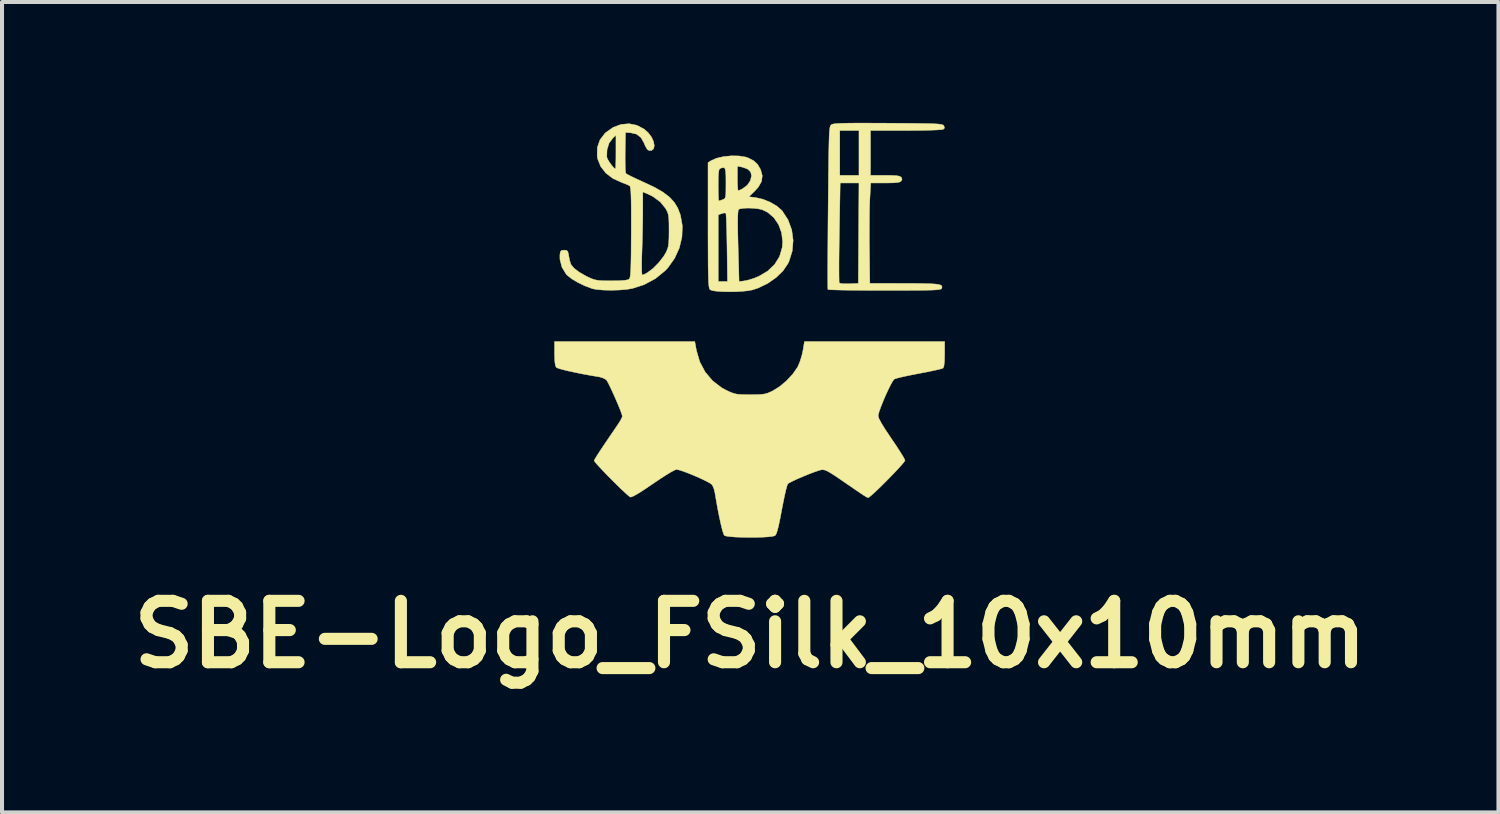
<source format=kicad_pcb>
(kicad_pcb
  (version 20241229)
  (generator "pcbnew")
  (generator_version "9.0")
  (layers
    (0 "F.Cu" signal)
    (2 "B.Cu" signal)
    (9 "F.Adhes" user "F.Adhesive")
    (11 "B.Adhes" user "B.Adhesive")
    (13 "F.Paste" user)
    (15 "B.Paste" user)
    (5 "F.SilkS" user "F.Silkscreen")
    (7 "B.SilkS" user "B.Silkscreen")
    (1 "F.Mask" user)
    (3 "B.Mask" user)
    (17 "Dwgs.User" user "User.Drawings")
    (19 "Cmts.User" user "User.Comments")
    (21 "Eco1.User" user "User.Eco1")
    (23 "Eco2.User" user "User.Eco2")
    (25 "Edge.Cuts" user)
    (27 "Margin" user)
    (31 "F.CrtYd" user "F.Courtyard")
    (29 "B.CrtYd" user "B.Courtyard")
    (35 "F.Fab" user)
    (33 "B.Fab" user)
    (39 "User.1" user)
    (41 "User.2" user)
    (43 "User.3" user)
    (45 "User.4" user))
  (footprint "SBE-Logo_FSilk_10x10mm"
    (layer "F.Cu")
    (at 15.574 5.08)
    (property "Reference" "SBE-Logo_FSilk_10x10mm" (at 0 7.62 0) (layer "F.SilkS") (effects (font (size 1.524 1.524) (thickness 0.3))))
    (attr through_hole)
    (fp_poly (pts (xy 3.025 -5.074) (xy 3.349 -5.073) (xy 3.424 -5.072) (xy 3.753 -5.07) (xy 4.024 -5.068) (xy 4.243 -5.065) (xy 4.416 -5.062) (xy 4.548 -5.058) (xy 4.646 -5.053) (xy 4.714 -5.046) (xy 4.759 -5.037) (xy 4.787 -5.027) (xy 4.802 -5.014) (xy 4.807 -5.008) (xy 4.824 -4.955) (xy 4.794 -4.921) (xy 4.75 -4.912) (xy 4.65 -4.905) (xy 4.501 -4.899) (xy 4.312 -4.894) (xy 4.089 -4.891) (xy 3.866 -4.89) (xy 2.985 -4.889) (xy 2.985 -3.778) (xy 3.346 -3.778) (xy 3.513 -3.776) (xy 3.627 -3.77) (xy 3.699 -3.757) (xy 3.739 -3.738) (xy 3.747 -3.731) (xy 3.77 -3.68) (xy 3.747 -3.635) (xy 3.714 -3.613) (xy 3.652 -3.599) (xy 3.551 -3.591) (xy 3.399 -3.588) (xy 3.349 -3.588) (xy 2.991 -3.588) (xy 2.97 -3.199) (xy 2.964 -3.057) (xy 2.96 -2.866) (xy 2.958 -2.639) (xy 2.957 -2.391) (xy 2.957 -2.135) (xy 2.959 -1.953) (xy 2.969 -1.097) (xy 3.833 -1.095) (xy 4.106 -1.094) (xy 4.322 -1.091) (xy 4.487 -1.086) (xy 4.607 -1.078) (xy 4.687 -1.066) (xy 4.736 -1.049) (xy 4.758 -1.026) (xy 4.76 -0.997) (xy 4.752 -0.971) (xy 4.742 -0.958) (xy 4.718 -0.949) (xy 4.674 -0.941) (xy 4.606 -0.934) (xy 4.508 -0.929) (xy 4.374 -0.926) (xy 4.198 -0.923) (xy 3.976 -0.922) (xy 3.703 -0.921) (xy 3.371 -0.921) (xy 3.337 -0.921) (xy 3.045 -0.921) (xy 2.774 -0.923) (xy 2.529 -0.925) (xy 2.317 -0.928) (xy 2.145 -0.932) (xy 2.019 -0.936) (xy 1.945 -0.941) (xy 1.928 -0.945) (xy 1.926 -0.98) (xy 1.925 -1.073) (xy 1.924 -1.219) (xy 1.924 -1.412) (xy 1.924 -1.415) (xy 2.203 -1.415) (xy 2.204 -1.263) (xy 2.206 -1.158) (xy 2.209 -1.109) (xy 2.21 -1.106) (xy 2.248 -1.093) (xy 2.332 -1.086) (xy 2.445 -1.086) (xy 2.455 -1.086) (xy 2.683 -1.095) (xy 2.699 -3.588) (xy 2.466 -3.588) (xy 2.233 -3.588) (xy 2.212 -2.362) (xy 2.208 -2.088) (xy 2.205 -1.835) (xy 2.203 -1.608) (xy 2.203 -1.415) (xy 1.924 -1.415) (xy 1.925 -1.647) (xy 1.926 -1.918) (xy 1.928 -2.22) (xy 1.93 -2.548) (xy 1.933 -2.895) (xy 1.934 -2.979) (xy 1.938 -3.386) (xy 1.941 -3.734) (xy 1.945 -4.029) (xy 1.948 -4.273) (xy 1.952 -4.474) (xy 1.956 -4.634) (xy 1.96 -4.759) (xy 1.965 -4.853) (xy 1.969 -4.889) (xy 2.223 -4.889) (xy 2.223 -3.778) (xy 2.699 -3.778) (xy 2.699 -4.889) (xy 2.223 -4.889) (xy 1.969 -4.889) (xy 1.972 -4.922) (xy 1.979 -4.969) (xy 1.988 -5) (xy 1.998 -5.02) (xy 2.01 -5.032) (xy 2.015 -5.035) (xy 2.039 -5.047) (xy 2.081 -5.056) (xy 2.147 -5.063) (xy 2.242 -5.068) (xy 2.372 -5.072) (xy 2.542 -5.074) (xy 2.758 -5.075) (xy 3.025 -5.074)) (stroke (width 0.01) (type solid)) (fill yes) (layer "F.SilkS"))
    (fp_poly (pts (xy -0.281 -4.259) (xy -0.114 -4.232) (xy -0.049 -4.21) (xy 0.087 -4.139) (xy 0.18 -4.053) (xy 0.253 -3.929) (xy 0.26 -3.914) (xy 0.299 -3.767) (xy 0.281 -3.627) (xy 0.202 -3.487) (xy 0.108 -3.383) (xy -0.035 -3.246) (xy 0.141 -3.224) (xy 0.315 -3.184) (xy 0.495 -3.111) (xy 0.657 -3.016) (xy 0.781 -2.91) (xy 0.794 -2.895) (xy 0.939 -2.672) (xy 1.03 -2.424) (xy 1.065 -2.164) (xy 1.044 -1.901) (xy 0.964 -1.646) (xy 0.937 -1.588) (xy 0.814 -1.407) (xy 0.642 -1.24) (xy 0.433 -1.094) (xy 0.201 -0.982) (xy 0.053 -0.933) (xy -0.059 -0.912) (xy -0.204 -0.898) (xy -0.368 -0.889) (xy -0.538 -0.887) (xy -0.699 -0.891) (xy -0.839 -0.901) (xy -0.943 -0.917) (xy -0.998 -0.939) (xy -0.998 -0.939) (xy -1.009 -0.956) (xy -1.019 -0.987) (xy -1.027 -1.035) (xy -1.033 -1.108) (xy -1.038 -1.209) (xy -1.042 -1.345) (xy -1.045 -1.52) (xy -1.046 -1.739) (xy -1.047 -2.009) (xy -1.048 -2.334) (xy -1.048 -2.542) (xy -1.048 -2.796) (xy -0.794 -2.796) (xy -0.794 -1.143) (xy -0.565 -1.143) (xy -0.576 -1.982) (xy -0.58 -2.206) (xy -0.584 -2.41) (xy -0.59 -2.583) (xy -0.594 -2.687) (xy -0.311 -2.687) (xy -0.311 -2.506) (xy -0.307 -2.268) (xy -0.301 -2.018) (xy -0.277 -1.14) (xy -0.131 -1.16) (xy -0.021 -1.185) (xy 0.111 -1.229) (xy 0.211 -1.27) (xy 0.433 -1.401) (xy 0.606 -1.567) (xy 0.728 -1.763) (xy 0.793 -1.984) (xy 0.805 -2.127) (xy 0.778 -2.351) (xy 0.704 -2.554) (xy 0.588 -2.726) (xy 0.436 -2.857) (xy 0.298 -2.924) (xy 0.201 -2.947) (xy 0.078 -2.96) (xy -0.051 -2.965) (xy -0.169 -2.96) (xy -0.256 -2.946) (xy -0.289 -2.93) (xy -0.3 -2.896) (xy -0.307 -2.816) (xy -0.311 -2.687) (xy -0.594 -2.687) (xy -0.596 -2.718) (xy -0.601 -2.807) (xy -0.607 -2.84) (xy -0.647 -2.844) (xy -0.71 -2.827) (xy -0.794 -2.796) (xy -1.048 -2.796) (xy -1.048 -3.537) (xy -0.794 -3.537) (xy -0.793 -3.387) (xy -0.79 -3.264) (xy -0.786 -3.178) (xy -0.78 -3.144) (xy -0.78 -3.143) (xy -0.743 -3.153) (xy -0.685 -3.174) (xy -0.65 -3.189) (xy -0.627 -3.21) (xy -0.613 -3.25) (xy -0.606 -3.318) (xy -0.604 -3.428) (xy -0.603 -3.587) (xy -0.604 -3.701) (xy -0.318 -3.701) (xy -0.316 -3.571) (xy -0.311 -3.469) (xy -0.305 -3.408) (xy -0.3 -3.397) (xy -0.262 -3.41) (xy -0.195 -3.442) (xy -0.192 -3.444) (xy -0.073 -3.533) (xy 0.005 -3.648) (xy 0.032 -3.766) (xy 0.01 -3.862) (xy -0.061 -3.931) (xy -0.186 -3.978) (xy -0.214 -3.984) (xy -0.318 -4.006) (xy -0.318 -3.701) (xy -0.604 -3.701) (xy -0.604 -3.755) (xy -0.61 -3.869) (xy -0.623 -3.937) (xy -0.647 -3.967) (xy -0.686 -3.968) (xy -0.743 -3.95) (xy -0.744 -3.949) (xy -0.765 -3.932) (xy -0.779 -3.892) (xy -0.788 -3.819) (xy -0.793 -3.702) (xy -0.794 -3.537) (xy -1.048 -3.537) (xy -1.048 -4.094) (xy -0.976 -4.14) (xy -0.841 -4.201) (xy -0.665 -4.242) (xy -0.471 -4.262) (xy -0.281 -4.259)) (stroke (width 0.01) (type solid)) (fill yes) (layer "F.SilkS"))
    (fp_poly (pts (xy -2.816 -5.021) (xy -2.638 -4.928) (xy -2.534 -4.837) (xy -2.452 -4.729) (xy -2.401 -4.618) (xy -2.382 -4.516) (xy -2.398 -4.437) (xy -2.448 -4.396) (xy -2.51 -4.391) (xy -2.561 -4.428) (xy -2.609 -4.513) (xy -2.634 -4.577) (xy -2.712 -4.715) (xy -2.825 -4.801) (xy -2.969 -4.834) (xy -3.096 -4.842) (xy -3.104 -4.35) (xy -3.105 -4.178) (xy -3.103 -4.028) (xy -3.099 -3.912) (xy -3.092 -3.841) (xy -3.088 -3.825) (xy -3.051 -3.801) (xy -2.968 -3.758) (xy -2.848 -3.7) (xy -2.703 -3.633) (xy -2.637 -3.604) (xy -2.375 -3.48) (xy -2.168 -3.361) (xy -2.008 -3.24) (xy -1.887 -3.11) (xy -1.799 -2.965) (xy -1.735 -2.798) (xy -1.733 -2.792) (xy -1.685 -2.524) (xy -1.695 -2.248) (xy -1.76 -1.975) (xy -1.877 -1.717) (xy -2.043 -1.484) (xy -2.11 -1.412) (xy -2.354 -1.213) (xy -2.637 -1.062) (xy -2.923 -0.97) (xy -3.066 -0.946) (xy -3.243 -0.931) (xy -3.435 -0.925) (xy -3.622 -0.928) (xy -3.786 -0.94) (xy -3.909 -0.961) (xy -3.921 -0.965) (xy -4.104 -1.033) (xy -4.279 -1.117) (xy -4.431 -1.208) (xy -4.544 -1.297) (xy -4.571 -1.326) (xy -4.675 -1.499) (xy -4.724 -1.692) (xy -4.725 -1.804) (xy -4.713 -1.881) (xy -4.684 -1.914) (xy -4.621 -1.921) (xy -4.62 -1.921) (xy -4.561 -1.916) (xy -4.53 -1.889) (xy -4.512 -1.824) (xy -4.504 -1.774) (xy -4.484 -1.67) (xy -4.457 -1.582) (xy -4.448 -1.561) (xy -4.373 -1.471) (xy -4.245 -1.373) (xy -4.072 -1.275) (xy -4.015 -1.247) (xy -3.929 -1.209) (xy -3.852 -1.184) (xy -3.769 -1.169) (xy -3.663 -1.161) (xy -3.516 -1.159) (xy -3.442 -1.159) (xy -3.249 -1.162) (xy -3.115 -1.171) (xy -3.034 -1.187) (xy -3.008 -1.2) (xy -2.995 -1.218) (xy -2.984 -1.251) (xy -2.975 -1.305) (xy -2.969 -1.387) (xy -2.964 -1.503) (xy -2.964 -1.513) (xy -2.695 -1.513) (xy -2.693 -1.391) (xy -2.687 -1.319) (xy -2.68 -1.302) (xy -2.636 -1.317) (xy -2.564 -1.355) (xy -2.546 -1.366) (xy -2.409 -1.47) (xy -2.271 -1.61) (xy -2.152 -1.762) (xy -2.09 -1.865) (xy -2.059 -1.937) (xy -2.037 -2.007) (xy -2.025 -2.093) (xy -2.018 -2.208) (xy -2.016 -2.367) (xy -2.016 -2.413) (xy -2.017 -2.581) (xy -2.021 -2.7) (xy -2.031 -2.785) (xy -2.048 -2.85) (xy -2.076 -2.91) (xy -2.101 -2.955) (xy -2.233 -3.118) (xy -2.417 -3.253) (xy -2.548 -3.317) (xy -2.667 -3.366) (xy -2.667 -2.911) (xy -2.668 -2.716) (xy -2.672 -2.481) (xy -2.677 -2.231) (xy -2.684 -1.989) (xy -2.688 -1.878) (xy -2.694 -1.678) (xy -2.695 -1.513) (xy -2.964 -1.513) (xy -2.96 -1.659) (xy -2.957 -1.861) (xy -2.956 -2.116) (xy -2.954 -2.362) (xy -2.954 -2.672) (xy -2.954 -2.924) (xy -2.956 -3.123) (xy -2.96 -3.275) (xy -2.965 -3.385) (xy -2.973 -3.459) (xy -2.982 -3.5) (xy -2.991 -3.515) (xy -3.044 -3.543) (xy -3.133 -3.579) (xy -3.182 -3.597) (xy -3.405 -3.697) (xy -3.583 -3.832) (xy -3.712 -3.996) (xy -3.787 -4.185) (xy -3.795 -4.232) (xy -3.561 -4.232) (xy -3.541 -4.179) (xy -3.496 -4.104) (xy -3.439 -4.026) (xy -3.385 -3.964) (xy -3.348 -3.937) (xy -3.346 -3.937) (xy -3.342 -3.967) (xy -3.338 -4.048) (xy -3.335 -4.17) (xy -3.334 -4.32) (xy -3.334 -4.355) (xy -3.334 -4.772) (xy -3.401 -4.712) (xy -3.503 -4.58) (xy -3.555 -4.412) (xy -3.561 -4.232) (xy -3.795 -4.232) (xy -3.8 -4.267) (xy -3.794 -4.476) (xy -3.729 -4.661) (xy -3.606 -4.821) (xy -3.587 -4.839) (xy -3.404 -4.968) (xy -3.208 -5.041) (xy -3.009 -5.059) (xy -2.816 -5.021)) (stroke (width 0.01) (type solid)) (fill yes) (layer "F.SilkS"))
    (fp_poly (pts (xy -1.337 0.562) (xy -1.254 0.849) (xy -1.119 1.104) (xy -0.936 1.321) (xy -0.71 1.495) (xy -0.582 1.564) (xy -0.483 1.609) (xy -0.402 1.638) (xy -0.32 1.656) (xy -0.218 1.664) (xy -0.08 1.667) (xy 0 1.667) (xy 0.162 1.666) (xy 0.279 1.66) (xy 0.366 1.648) (xy 0.442 1.625) (xy 0.525 1.589) (xy 0.556 1.574) (xy 0.729 1.467) (xy 0.902 1.321) (xy 1.056 1.155) (xy 1.172 0.988) (xy 1.187 0.96) (xy 1.237 0.839) (xy 1.282 0.691) (xy 1.308 0.573) (xy 1.346 0.349) (xy 4.826 0.349) (xy 4.826 0.663) (xy 4.822 0.837) (xy 4.81 0.95) (xy 4.789 1.005) (xy 4.786 1.008) (xy 4.743 1.024) (xy 4.649 1.048) (xy 4.513 1.078) (xy 4.348 1.111) (xy 4.191 1.141) (xy 4.007 1.177) (xy 3.842 1.211) (xy 3.707 1.242) (xy 3.614 1.267) (xy 3.576 1.282) (xy 3.54 1.326) (xy 3.489 1.416) (xy 3.428 1.539) (xy 3.362 1.681) (xy 3.299 1.829) (xy 3.243 1.97) (xy 3.2 2.089) (xy 3.178 2.174) (xy 3.175 2.195) (xy 3.195 2.26) (xy 3.254 2.372) (xy 3.352 2.531) (xy 3.488 2.734) (xy 3.508 2.764) (xy 3.614 2.92) (xy 3.706 3.062) (xy 3.779 3.178) (xy 3.826 3.261) (xy 3.842 3.3) (xy 3.82 3.337) (xy 3.761 3.408) (xy 3.672 3.506) (xy 3.563 3.622) (xy 3.442 3.747) (xy 3.317 3.873) (xy 3.196 3.992) (xy 3.088 4.094) (xy 3.002 4.171) (xy 2.946 4.216) (xy 2.931 4.223) (xy 2.917 4.221) (xy 2.896 4.213) (xy 2.862 4.194) (xy 2.809 4.161) (xy 2.73 4.108) (xy 2.619 4.033) (xy 2.468 3.929) (xy 2.272 3.795) (xy 2.261 3.787) (xy 2.104 3.68) (xy 1.989 3.607) (xy 1.905 3.56) (xy 1.844 3.537) (xy 1.794 3.53) (xy 1.768 3.532) (xy 1.697 3.551) (xy 1.587 3.589) (xy 1.453 3.64) (xy 1.31 3.699) (xy 1.171 3.758) (xy 1.052 3.814) (xy 0.967 3.858) (xy 0.932 3.881) (xy 0.915 3.924) (xy 0.889 4.019) (xy 0.857 4.155) (xy 0.822 4.323) (xy 0.785 4.512) (xy 0.783 4.523) (xy 0.74 4.75) (xy 0.704 4.92) (xy 0.673 5.041) (xy 0.647 5.119) (xy 0.622 5.16) (xy 0.616 5.166) (xy 0.561 5.183) (xy 0.457 5.196) (xy 0.316 5.205) (xy 0.15 5.21) (xy -0.027 5.211) (xy -0.203 5.208) (xy -0.365 5.202) (xy -0.502 5.191) (xy -0.599 5.178) (xy -0.645 5.161) (xy -0.666 5.114) (xy -0.696 5.015) (xy -0.73 4.874) (xy -0.768 4.7) (xy -0.807 4.505) (xy -0.844 4.297) (xy -0.877 4.102) (xy -0.902 4) (xy -0.939 3.917) (xy -0.949 3.901) (xy -0.999 3.865) (xy -1.094 3.813) (xy -1.22 3.752) (xy -1.364 3.689) (xy -1.51 3.628) (xy -1.646 3.576) (xy -1.756 3.54) (xy -1.827 3.524) (xy -1.832 3.524) (xy -1.88 3.542) (xy -1.972 3.591) (xy -2.097 3.667) (xy -2.247 3.764) (xy -2.412 3.876) (xy -2.622 4.018) (xy -2.783 4.121) (xy -2.896 4.184) (xy -2.963 4.21) (xy -2.976 4.209) (xy -3.016 4.182) (xy -3.089 4.118) (xy -3.188 4.026) (xy -3.303 3.914) (xy -3.426 3.792) (xy -3.55 3.667) (xy -3.664 3.548) (xy -3.761 3.444) (xy -3.833 3.364) (xy -3.87 3.315) (xy -3.874 3.306) (xy -3.866 3.284) (xy -3.841 3.24) (xy -3.797 3.168) (xy -3.729 3.064) (xy -3.636 2.924) (xy -3.513 2.742) (xy -3.358 2.515) (xy -3.281 2.401) (xy -3.223 2.311) (xy -3.185 2.236) (xy -3.175 2.203) (xy -3.188 2.152) (xy -3.222 2.058) (xy -3.273 1.933) (xy -3.333 1.792) (xy -3.397 1.647) (xy -3.46 1.511) (xy -3.514 1.4) (xy -3.555 1.325) (xy -3.57 1.304) (xy -3.634 1.262) (xy -3.729 1.23) (xy -3.756 1.225) (xy -3.957 1.191) (xy -4.159 1.154) (xy -4.351 1.115) (xy -4.523 1.078) (xy -4.664 1.043) (xy -4.764 1.014) (xy -4.813 0.993) (xy -4.814 0.992) (xy -4.837 0.944) (xy -4.851 0.85) (xy -4.857 0.703) (xy -4.858 0.649) (xy -4.858 0.349) (xy -1.376 0.349) (xy -1.337 0.562)) (stroke (width 0.01) (type solid)) (fill yes) (layer "F.SilkS")))
  (gr_rect
    (start -3 -3)
    (end 34.148 17.118)
    (stroke (width 0.1) (type default))
    (fill no)
    (layer "Edge.Cuts")))
</source>
